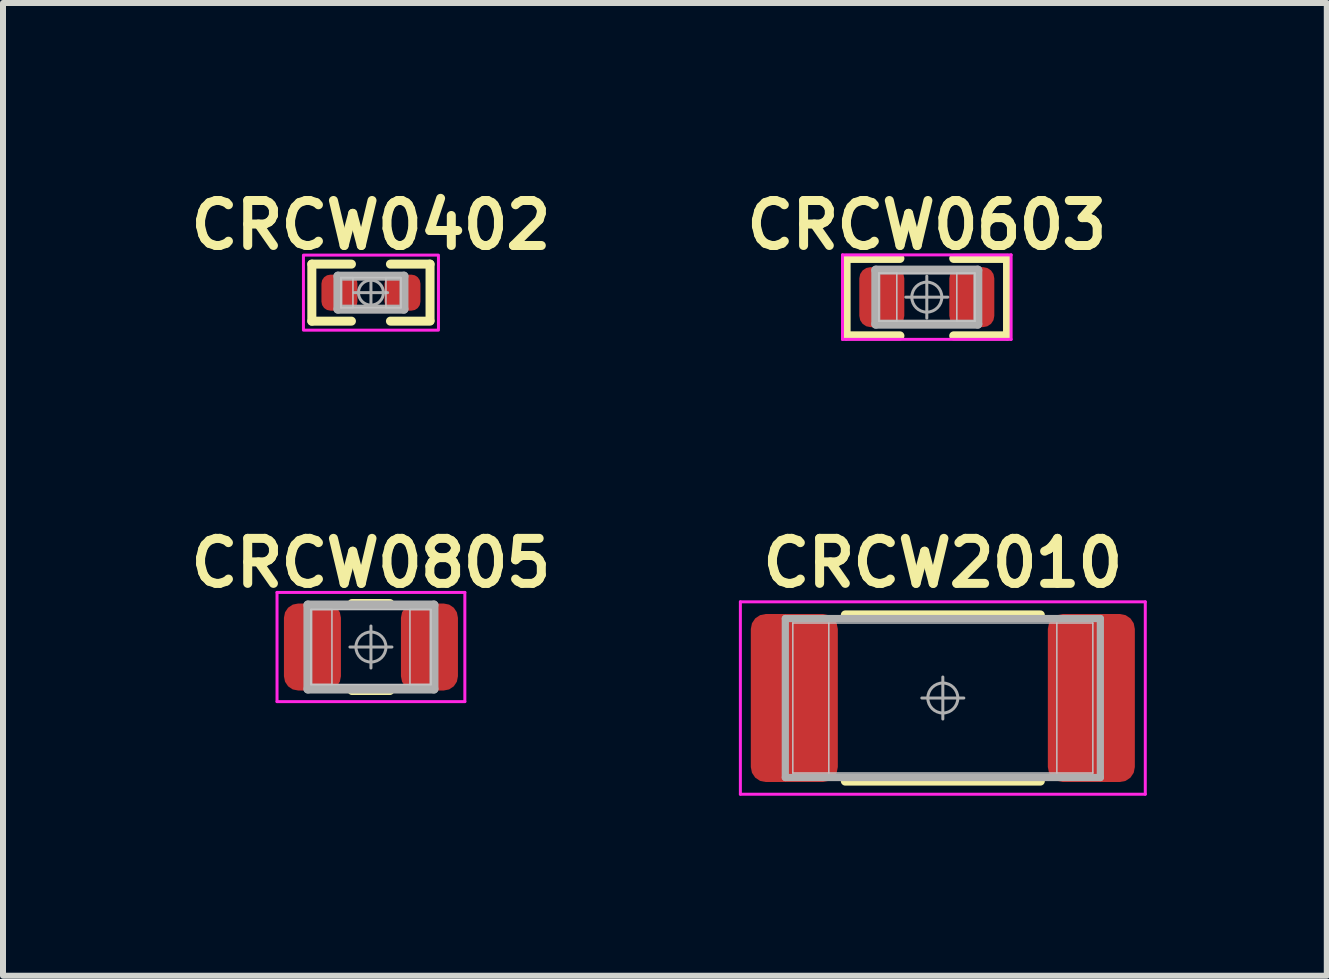
<source format=kicad_pcb>
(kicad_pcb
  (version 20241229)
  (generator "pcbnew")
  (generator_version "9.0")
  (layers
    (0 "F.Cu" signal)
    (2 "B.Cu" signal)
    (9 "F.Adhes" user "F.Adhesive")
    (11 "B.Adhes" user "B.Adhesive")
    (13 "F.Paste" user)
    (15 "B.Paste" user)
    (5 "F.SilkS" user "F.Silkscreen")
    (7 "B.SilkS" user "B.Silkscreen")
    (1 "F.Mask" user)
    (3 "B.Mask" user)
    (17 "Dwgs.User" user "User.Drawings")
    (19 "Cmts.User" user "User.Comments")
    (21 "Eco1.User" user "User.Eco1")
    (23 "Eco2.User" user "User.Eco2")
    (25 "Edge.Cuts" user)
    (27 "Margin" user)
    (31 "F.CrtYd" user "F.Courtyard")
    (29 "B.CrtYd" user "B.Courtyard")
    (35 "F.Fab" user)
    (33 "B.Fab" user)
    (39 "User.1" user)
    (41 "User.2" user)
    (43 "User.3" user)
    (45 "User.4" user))
  (footprint "CRCW0402"
    (layer "F.Cu")
    (at 3.132 1.827)
    (property "Reference" "CRCW0402" (at 0 -1.125 0) (layer "F.SilkS") (effects (font (size 0.75 0.75) (thickness 0.15) (bold yes))))
    (attr smd)
    (fp_line (start -0.985 -0.475) (end -0.325 -0.475) (stroke (width 0.15) (type solid)) (layer "F.SilkS"))
    (fp_line (start -0.985 0.475) (end -0.985 -0.475) (stroke (width 0.15) (type solid)) (layer "F.SilkS"))
    (fp_line (start -0.325 0.475) (end -0.985 0.475) (stroke (width 0.15) (type solid)) (layer "F.SilkS"))
    (fp_line (start 0.325 0.475) (end 0.985 0.475) (stroke (width 0.15) (type solid)) (layer "F.SilkS"))
    (fp_line (start 0.985 -0.475) (end 0.325 -0.475) (stroke (width 0.15) (type solid)) (layer "F.SilkS"))
    (fp_line (start 0.985 0.465) (end 0.985 -0.475) (stroke (width 0.15) (type solid)) (layer "F.SilkS"))
    (fp_line (start -0.5 -0.25) (end -0.3 -0.25) (stroke (width 0.025) (type solid)) (layer "Dwgs.User"))
    (fp_line (start -0.5 -0.25) (end 0.5 -0.25) (stroke (width 0.025) (type solid)) (layer "Dwgs.User"))
    (fp_line (start -0.5 0.25) (end -0.5 -0.25) (stroke (width 0.025) (type solid)) (layer "Dwgs.User"))
    (fp_line (start -0.5 0.25) (end -0.5 -0.25) (stroke (width 0.025) (type solid)) (layer "Dwgs.User"))
    (fp_line (start -0.3 -0.25) (end -0.3 0.25) (stroke (width 0.025) (type solid)) (layer "Dwgs.User"))
    (fp_line (start -0.3 0.25) (end -0.5 0.25) (stroke (width 0.025) (type solid)) (layer "Dwgs.User"))
    (fp_line (start 0.25 -0.25) (end 0.5 -0.25) (stroke (width 0.025) (type solid)) (layer "Dwgs.User"))
    (fp_line (start 0.25 0.25) (end 0.25 -0.25) (stroke (width 0.025) (type solid)) (layer "Dwgs.User"))
    (fp_line (start 0.5 -0.25) (end 0.5 0.25) (stroke (width 0.025) (type solid)) (layer "Dwgs.User"))
    (fp_line (start 0.5 -0.25) (end 0.5 0.25) (stroke (width 0.025) (type solid)) (layer "Dwgs.User"))
    (fp_line (start 0.5 0.25) (end -0.5 0.25) (stroke (width 0.025) (type solid)) (layer "Dwgs.User"))
    (fp_line (start 0.5 0.25) (end 0.25 0.25) (stroke (width 0.025) (type solid)) (layer "Dwgs.User"))
    (fp_rect (start -1.125 -0.625) (end 1.125 0.625) (stroke (width 0.05) (type default)) (fill no) (layer "F.CrtYd"))
    (fp_line (start -0.55 -0.275) (end 0.55 -0.275) (stroke (width 0.15) (type solid)) (layer "F.Fab"))
    (fp_line (start -0.55 0.275) (end -0.55 -0.275) (stroke (width 0.15) (type solid)) (layer "F.Fab"))
    (fp_line (start 0 -0.278) (end 0 0.278) (stroke (width 0.05) (type solid)) (layer "F.Fab"))
    (fp_line (start 0.278 0) (end -0.278 0) (stroke (width 0.05) (type solid)) (layer "F.Fab"))
    (fp_line (start 0.55 -0.275) (end 0.55 0.275) (stroke (width 0.15) (type solid)) (layer "F.Fab"))
    (fp_line (start 0.55 0.275) (end -0.55 0.275) (stroke (width 0.15) (type solid)) (layer "F.Fab"))
    (fp_circle (center 0 0) (end 0.208 0) (stroke (width 0.05) (type solid)) (fill no) (layer "F.Fab"))
    (pad "1" smd roundrect (at -0.525 0) (size 0.6 0.6) (layers "F.Cu" "F.Mask" "F.Paste") (roundrect_rratio 0.25))
    (pad "2" smd roundrect (at 0.525 0) (size 0.6 0.6) (layers "F.Cu" "F.Mask" "F.Paste") (roundrect_rratio 0.25)))
  (footprint "CRCW2010"
    (layer "F.Cu")
    (at 12.663 8.583)
    (property "Reference" "CRCW2010" (at 0 -2.25 0) (layer "F.SilkS") (effects (font (size 0.75 0.75) (thickness 0.15) (bold yes))))
    (attr smd)
    (fp_line (start -1.625 -1.385) (end 1.625 -1.385) (stroke (width 0.15) (type solid)) (layer "F.SilkS"))
    (fp_line (start -1.625 1.385) (end 1.625 1.385) (stroke (width 0.15) (type solid)) (layer "F.SilkS"))
    (fp_line (start -2.5 -1.25) (end 2.5 -1.25) (stroke (width 0.025) (type solid)) (layer "Dwgs.User"))
    (fp_line (start -2.5 1.25) (end -2.5 -1.25) (stroke (width 0.025) (type solid)) (layer "Dwgs.User"))
    (fp_line (start -1.9 -1.25) (end -1.9 1.25) (stroke (width 0.025) (type solid)) (layer "Dwgs.User"))
    (fp_line (start 1.9 -1.25) (end 1.9 1.25) (stroke (width 0.025) (type solid)) (layer "Dwgs.User"))
    (fp_line (start 2.5 -1.25) (end 2.5 1.25) (stroke (width 0.025) (type solid)) (layer "Dwgs.User"))
    (fp_line (start 2.5 1.25) (end -2.5 1.25) (stroke (width 0.025) (type solid)) (layer "Dwgs.User"))
    (fp_line (start -3.374 -1.603) (end 3.374 -1.603) (stroke (width 0.05) (type solid)) (layer "F.CrtYd"))
    (fp_line (start -3.374 1.603) (end -3.374 -1.603) (stroke (width 0.05) (type solid)) (layer "F.CrtYd"))
    (fp_line (start 3.374 -1.603) (end 3.374 1.603) (stroke (width 0.05) (type solid)) (layer "F.CrtYd"))
    (fp_line (start 3.374 1.603) (end -3.374 1.603) (stroke (width 0.05) (type solid)) (layer "F.CrtYd"))
    (fp_line (start -2.625 -1.325) (end 2.625 -1.325) (stroke (width 0.12) (type solid)) (layer "F.Fab"))
    (fp_line (start -2.625 1.325) (end -2.625 -1.325) (stroke (width 0.12) (type solid)) (layer "F.Fab"))
    (fp_line (start 0 -0.35) (end 0 0.35) (stroke (width 0.05) (type solid)) (layer "F.Fab"))
    (fp_line (start 0.35 0) (end -0.35 0) (stroke (width 0.05) (type solid)) (layer "F.Fab"))
    (fp_line (start 2.625 -1.325) (end 2.625 1.325) (stroke (width 0.12) (type solid)) (layer "F.Fab"))
    (fp_line (start 2.625 1.325) (end -2.625 1.325) (stroke (width 0.12) (type solid)) (layer "F.Fab"))
    (fp_circle (center 0 0) (end 0.25 0) (stroke (width 0.05) (type solid)) (fill no) (layer "F.Fab"))
    (pad "1" smd roundrect (at -2.475 0) (size 1.45 2.8) (layers "F.Cu" "F.Mask" "F.Paste") (roundrect_rratio 0.172))
    (pad "2" smd roundrect (at 2.475 0) (size 1.45 2.8) (layers "F.Cu" "F.Mask" "F.Paste") (roundrect_rratio 0.172)))
  (footprint "CRCW0603"
    (layer "F.Cu")
    (at 12.396 1.902)
    (property "Reference" "CRCW0603" (at 0 -1.2 0) (layer "F.SilkS") (effects (font (size 0.75 0.75) (thickness 0.15) (bold yes))))
    (attr smd)
    (fp_line (start -1.345 -0.645) (end -0.448 -0.645) (stroke (width 0.15) (type solid)) (layer "F.SilkS"))
    (fp_line (start -1.345 0.645) (end -1.345 -0.645) (stroke (width 0.15) (type solid)) (layer "F.SilkS"))
    (fp_line (start -0.448 0.645) (end -1.345 0.645) (stroke (width 0.15) (type solid)) (layer "F.SilkS"))
    (fp_line (start 0.448 0.645) (end 1.345 0.645) (stroke (width 0.15) (type solid)) (layer "F.SilkS"))
    (fp_line (start 1.345 -0.645) (end 0.448 -0.645) (stroke (width 0.15) (type solid)) (layer "F.SilkS"))
    (fp_line (start 1.345 0.645) (end 1.345 -0.645) (stroke (width 0.15) (type solid)) (layer "F.SilkS"))
    (fp_line (start -0.8 -0.4) (end -0.5 -0.4) (stroke (width 0.025) (type solid)) (layer "Dwgs.User"))
    (fp_line (start -0.8 -0.4) (end 0.8 -0.4) (stroke (width 0.025) (type solid)) (layer "Dwgs.User"))
    (fp_line (start -0.8 0.4) (end -0.8 -0.4) (stroke (width 0.025) (type solid)) (layer "Dwgs.User"))
    (fp_line (start -0.8 0.4) (end -0.8 -0.4) (stroke (width 0.025) (type solid)) (layer "Dwgs.User"))
    (fp_line (start -0.5 -0.4) (end -0.5 0.4) (stroke (width 0.025) (type solid)) (layer "Dwgs.User"))
    (fp_line (start -0.5 0.4) (end -0.8 0.4) (stroke (width 0.025) (type solid)) (layer "Dwgs.User"))
    (fp_line (start 0.5 -0.4) (end 0.8 -0.4) (stroke (width 0.025) (type solid)) (layer "Dwgs.User"))
    (fp_line (start 0.5 0.4) (end 0.5 -0.4) (stroke (width 0.025) (type solid)) (layer "Dwgs.User"))
    (fp_line (start 0.8 -0.4) (end 0.8 0.4) (stroke (width 0.025) (type solid)) (layer "Dwgs.User"))
    (fp_line (start 0.8 -0.4) (end 0.8 0.4) (stroke (width 0.025) (type solid)) (layer "Dwgs.User"))
    (fp_line (start 0.8 0.4) (end -0.8 0.4) (stroke (width 0.025) (type solid)) (layer "Dwgs.User"))
    (fp_line (start 0.8 0.4) (end 0.5 0.4) (stroke (width 0.025) (type solid)) (layer "Dwgs.User"))
    (fp_line (start -1.405 -0.704) (end 1.405 -0.704) (stroke (width 0.05) (type solid)) (layer "F.CrtYd"))
    (fp_line (start -1.405 0.704) (end -1.405 -0.704) (stroke (width 0.05) (type solid)) (layer "F.CrtYd"))
    (fp_line (start 1.405 -0.704) (end 1.405 0.704) (stroke (width 0.05) (type solid)) (layer "F.CrtYd"))
    (fp_line (start 1.405 0.704) (end -1.405 0.704) (stroke (width 0.05) (type solid)) (layer "F.CrtYd"))
    (fp_line (start -0.85 -0.45) (end 0.85 -0.45) (stroke (width 0.15) (type solid)) (layer "F.Fab"))
    (fp_line (start -0.85 0.45) (end -0.85 -0.45) (stroke (width 0.15) (type solid)) (layer "F.Fab"))
    (fp_line (start 0 -0.35) (end 0 0.35) (stroke (width 0.05) (type solid)) (layer "F.Fab"))
    (fp_line (start 0.35 0) (end -0.35 0) (stroke (width 0.05) (type solid)) (layer "F.Fab"))
    (fp_line (start 0.85 -0.45) (end 0.85 0.45) (stroke (width 0.15) (type solid)) (layer "F.Fab"))
    (fp_line (start 0.85 0.45) (end -0.85 0.45) (stroke (width 0.15) (type solid)) (layer "F.Fab"))
    (fp_circle (center 0 0) (end 0.25 0) (stroke (width 0.05) (type solid)) (fill no) (layer "F.Fab"))
    (pad "1" smd roundrect (at -0.75 0) (size 0.75 1) (layers "F.Cu" "F.Mask" "F.Paste") (roundrect_rratio 0.25))
    (pad "2" smd roundrect (at 0.75 0) (size 0.75 1) (layers "F.Cu" "F.Mask" "F.Paste") (roundrect_rratio 0.25)))
  (footprint "CRCW0805"
    (layer "F.Cu")
    (at 3.132 7.733)
    (property "Reference" "CRCW0805" (at 0 -1.4 0) (layer "F.SilkS") (effects (font (size 0.75 0.75) (thickness 0.15) (bold yes))))
    (attr smd)
    (fp_line (start -0.315 -0.725) (end 0.315 -0.725) (stroke (width 0.15) (type solid)) (layer "F.SilkS"))
    (fp_line (start -0.315 0.725) (end 0.315 0.725) (stroke (width 0.15) (type solid)) (layer "F.SilkS"))
    (fp_line (start -1 -0.625) (end -0.65 -0.625) (stroke (width 0.025) (type solid)) (layer "Dwgs.User"))
    (fp_line (start -1 -0.625) (end 1 -0.625) (stroke (width 0.025) (type solid)) (layer "Dwgs.User"))
    (fp_line (start -1 0.625) (end -1 -0.625) (stroke (width 0.025) (type solid)) (layer "Dwgs.User"))
    (fp_line (start -1 0.625) (end -1 -0.625) (stroke (width 0.025) (type solid)) (layer "Dwgs.User"))
    (fp_line (start -0.65 -0.625) (end -0.65 0.625) (stroke (width 0.025) (type solid)) (layer "Dwgs.User"))
    (fp_line (start -0.65 0.625) (end -1 0.625) (stroke (width 0.025) (type solid)) (layer "Dwgs.User"))
    (fp_line (start 0.65 -0.625) (end 1 -0.625) (stroke (width 0.025) (type solid)) (layer "Dwgs.User"))
    (fp_line (start 0.65 0.625) (end 0.65 -0.625) (stroke (width 0.025) (type solid)) (layer "Dwgs.User"))
    (fp_line (start 1 -0.625) (end 1 0.625) (stroke (width 0.025) (type solid)) (layer "Dwgs.User"))
    (fp_line (start 1 -0.625) (end 1 0.625) (stroke (width 0.025) (type solid)) (layer "Dwgs.User"))
    (fp_line (start 1 0.625) (end -1 0.625) (stroke (width 0.025) (type solid)) (layer "Dwgs.User"))
    (fp_line (start 1 0.625) (end 0.65 0.625) (stroke (width 0.025) (type solid)) (layer "Dwgs.User"))
    (fp_line (start -1.565 -0.91) (end 1.565 -0.91) (stroke (width 0.05) (type solid)) (layer "F.CrtYd"))
    (fp_line (start -1.565 0.91) (end -1.565 -0.91) (stroke (width 0.05) (type solid)) (layer "F.CrtYd"))
    (fp_line (start 1.565 -0.91) (end 1.565 0.91) (stroke (width 0.05) (type solid)) (layer "F.CrtYd"))
    (fp_line (start 1.565 0.91) (end -1.565 0.91) (stroke (width 0.05) (type solid)) (layer "F.CrtYd"))
    (fp_line (start -1.05 -0.7) (end 1.05 -0.7) (stroke (width 0.15) (type solid)) (layer "F.Fab"))
    (fp_line (start -1.05 0.7) (end -1.05 -0.7) (stroke (width 0.15) (type solid)) (layer "F.Fab"))
    (fp_line (start 0 -0.35) (end 0 0.35) (stroke (width 0.05) (type solid)) (layer "F.Fab"))
    (fp_line (start 0.35 0) (end -0.35 0) (stroke (width 0.05) (type solid)) (layer "F.Fab"))
    (fp_line (start 1.05 -0.7) (end 1.05 0.7) (stroke (width 0.15) (type solid)) (layer "F.Fab"))
    (fp_line (start 1.05 0.7) (end -1.05 0.7) (stroke (width 0.15) (type solid)) (layer "F.Fab"))
    (fp_circle (center 0 0) (end 0.25 0) (stroke (width 0.05) (type solid)) (fill no) (layer "F.Fab"))
    (pad "1" smd roundrect (at -0.975 0) (size 0.95 1.45) (layers "F.Cu" "F.Mask" "F.Paste") (roundrect_rratio 0.25))
    (pad "2" smd roundrect (at 0.975 0) (size 0.95 1.45) (layers "F.Cu" "F.Mask" "F.Paste") (roundrect_rratio 0.25)))
  (gr_rect
    (start -3 -3)
    (end 19.062 13.211)
    (stroke (width 0.1) (type default))
    (fill no)
    (layer "Edge.Cuts")))
</source>
